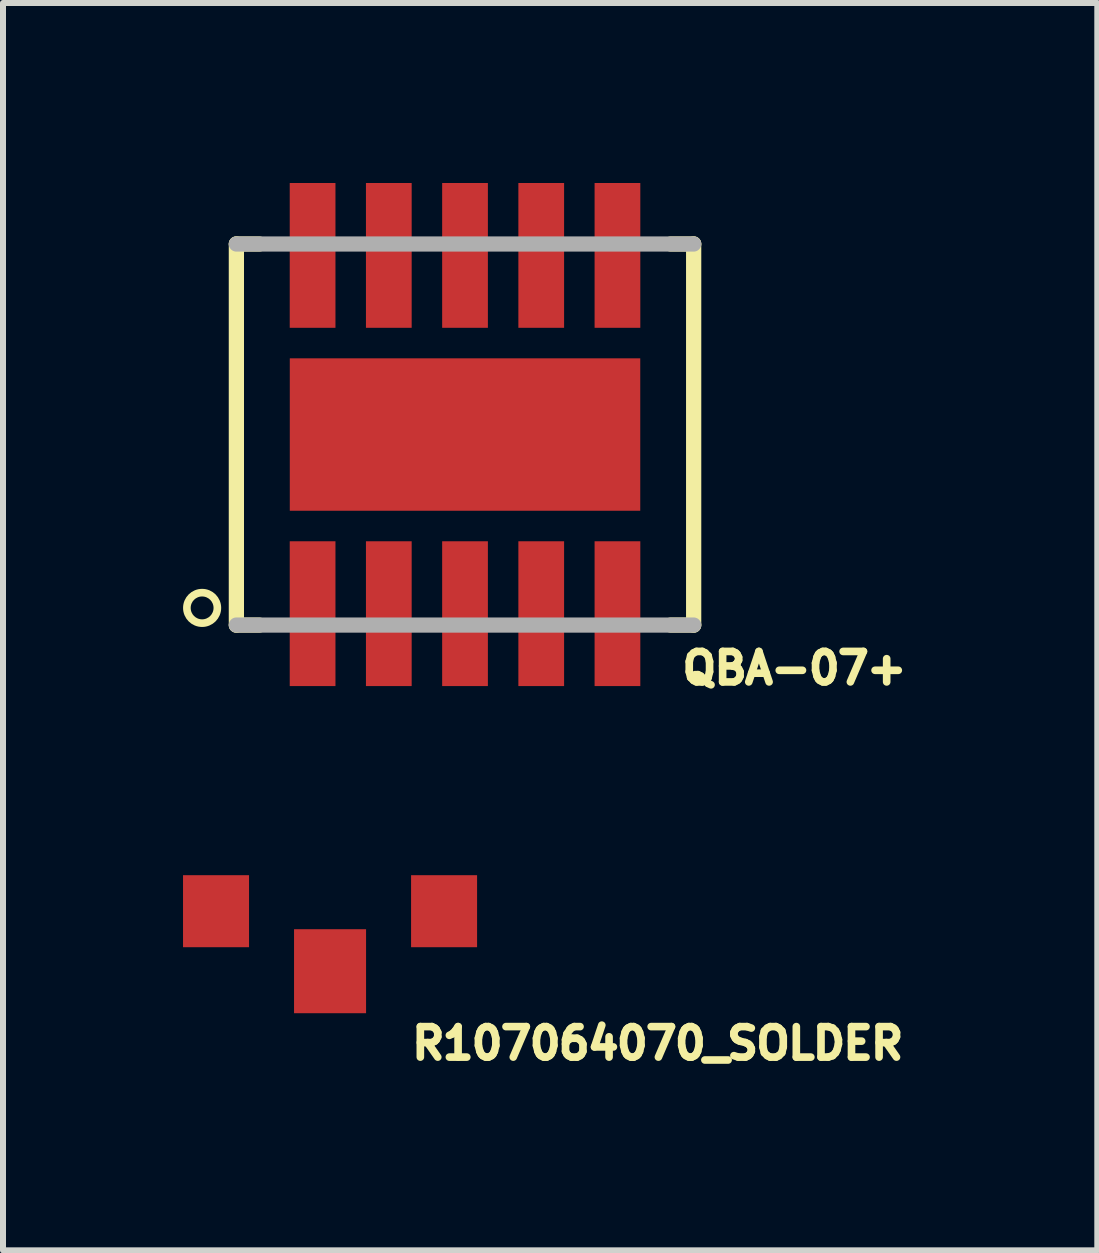
<source format=kicad_pcb>
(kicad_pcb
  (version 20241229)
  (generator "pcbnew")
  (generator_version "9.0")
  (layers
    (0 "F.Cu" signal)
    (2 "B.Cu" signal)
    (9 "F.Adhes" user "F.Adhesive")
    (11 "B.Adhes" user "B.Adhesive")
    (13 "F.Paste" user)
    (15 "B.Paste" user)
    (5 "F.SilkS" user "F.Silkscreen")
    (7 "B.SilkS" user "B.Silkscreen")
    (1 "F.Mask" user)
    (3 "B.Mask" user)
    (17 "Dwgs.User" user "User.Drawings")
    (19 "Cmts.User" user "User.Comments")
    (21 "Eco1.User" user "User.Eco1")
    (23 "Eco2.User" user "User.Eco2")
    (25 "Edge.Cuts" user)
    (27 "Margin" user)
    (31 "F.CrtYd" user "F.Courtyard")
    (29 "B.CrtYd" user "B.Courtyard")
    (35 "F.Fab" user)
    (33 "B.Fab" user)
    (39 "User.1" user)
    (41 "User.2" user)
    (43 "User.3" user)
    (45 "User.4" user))
  (footprint "QBA-07+"
    (layer "F.Cu")
    (at 4.699 4.191)
    (property "Reference" "QBA-07+" (at 3.556 4.191 0) (unlocked yes) (layer "F.SilkS") (effects (font (size 0.508 0.508) (thickness 0.127)) (justify left bottom)))
    (fp_line (start -3.81 -3.175) (end -3.81 3.175) (stroke (width 0.254) (type solid)) (layer "F.SilkS"))
    (fp_line (start -3.81 3.175) (end -3.429 3.175) (stroke (width 0.254) (type solid)) (layer "F.SilkS"))
    (fp_line (start -3.429 -3.175) (end -3.81 -3.175) (stroke (width 0.254) (type solid)) (layer "F.SilkS"))
    (fp_line (start 3.429 -3.175) (end 3.81 -3.175) (stroke (width 0.254) (type solid)) (layer "F.SilkS"))
    (fp_line (start 3.81 -3.175) (end 3.81 3.175) (stroke (width 0.254) (type solid)) (layer "F.SilkS"))
    (fp_line (start 3.81 3.175) (end 3.429 3.175) (stroke (width 0.254) (type solid)) (layer "F.SilkS"))
    (fp_circle (center -4.381 2.889) (end -4.127 2.889) (stroke (width 0.127) (type solid)) (fill no) (layer "F.SilkS"))
    (fp_line (start -3.81 -3.175) (end 3.81 -3.175) (stroke (width 0.254) (type solid)) (layer "F.Fab"))
    (fp_line (start 3.81 3.175) (end -3.81 3.175) (stroke (width 0.254) (type solid)) (layer "F.Fab"))
    (pad "1" smd rect (at -2.54 2.985) (size 0.762 2.413) (layers "F.Cu" "F.Mask" "F.Paste"))
    (pad "2" smd rect (at -1.27 2.985) (size 0.762 2.413) (layers "F.Cu" "F.Mask" "F.Paste"))
    (pad "3" smd rect (at 0 2.985) (size 0.762 2.413) (layers "F.Cu" "F.Mask" "F.Paste"))
    (pad "4" smd rect (at 1.27 2.985) (size 0.762 2.413) (layers "F.Cu" "F.Mask" "F.Paste"))
    (pad "5" smd rect (at 2.54 2.985) (size 0.762 2.413) (layers "F.Cu" "F.Mask" "F.Paste"))
    (pad "6" smd rect (at 2.54 -2.985) (size 0.762 2.413) (layers "F.Cu" "F.Mask" "F.Paste"))
    (pad "7" smd rect (at 1.27 -2.985) (size 0.762 2.413) (layers "F.Cu" "F.Mask" "F.Paste"))
    (pad "8" smd rect (at 0 -2.985) (size 0.762 2.413) (layers "F.Cu" "F.Mask" "F.Paste"))
    (pad "9" smd rect (at -1.27 -2.985) (size 0.762 2.413) (layers "F.Cu" "F.Mask" "F.Paste"))
    (pad "10" smd rect (at -2.54 -2.985) (size 0.762 2.413) (layers "F.Cu" "F.Mask" "F.Paste"))
    (pad "GND-NO-PAD" smd rect (at 0 0) (size 5.84 2.54) (layers "F.Cu")))
  (footprint "R107064070_SOLDER"
    (layer "F.Cu")
    (at 2.45 12.134)
    (property "Reference" "R107064070_SOLDER" (at 1.3 2.5 0) (unlocked yes) (layer "F.SilkS") (effects (font (size 0.508 0.508) (thickness 0.127)) (justify left bottom)))
    (pad "P$1" smd rect (at 0 1) (size 1.2 1.4) (layers "F.Cu" "F.Mask" "F.Paste"))
    (pad "P$2" smd rect (at -1.9 0 90) (size 1.2 1.1) (layers "F.Cu" "F.Mask" "F.Paste"))
    (pad "P$3" smd rect (at 1.9 0 90) (size 1.2 1.1) (layers "F.Cu" "F.Mask" "F.Paste"))
    (zone (net_name "") (layer "F.Cu") (hatch edge 0.5) (connect_pads) (min_thickness 0.25) (filled_areas_thickness no) (keepout (tracks not_allowed) (vias not_allowed) (pads not_allowed) (copperpour not_allowed) (footprints allowed)) (placement (enabled no)) (fill) (polygon (pts (xy 1.1 12.434) (xy 3.8 12.434) (xy 3.8 11.534) (xy 1.1 11.534))))
    (zone (net_name "") (layer "F.Cu") (hatch edge 0.5) (connect_pads) (min_thickness 0.25) (filled_areas_thickness no) (keepout (tracks not_allowed) (vias not_allowed) (pads not_allowed) (copperpour not_allowed) (footprints allowed)) (placement (enabled no)) (fill) (polygon (pts (xy 1.1 13.384) (xy 1.85 13.384) (xy 1.85 12.434) (xy 1.1 12.434))))
    (zone (net_name "") (layer "F.Cu") (hatch edge 0.5) (connect_pads) (min_thickness 0.25) (filled_areas_thickness no) (keepout (tracks not_allowed) (vias not_allowed) (pads not_allowed) (copperpour not_allowed) (footprints allowed)) (placement (enabled no)) (fill) (polygon (pts (xy 1.65 14.234) (xy 1.85 14.234) (xy 1.85 13.384) (xy 1.65 13.384))))
    (zone (net_name "") (layer "F.Cu") (hatch edge 0.5) (connect_pads) (min_thickness 0.25) (filled_areas_thickness no) (keepout (tracks not_allowed) (vias not_allowed) (pads not_allowed) (copperpour not_allowed) (footprints allowed)) (placement (enabled no)) (fill) (polygon (pts (xy 3.05 13.384) (xy 3.8 13.384) (xy 3.8 12.434) (xy 3.05 12.434))))
    (zone (net_name "") (layer "F.Cu") (hatch edge 0.5) (connect_pads) (min_thickness 0.25) (filled_areas_thickness no) (keepout (tracks not_allowed) (vias not_allowed) (pads not_allowed) (copperpour not_allowed) (footprints allowed)) (placement (enabled no)) (fill) (polygon (pts (xy 3.05 14.234) (xy 3.25 14.234) (xy 3.25 13.384) (xy 3.05 13.384)))))
  (gr_rect
    (start -3 -3)
    (end 15.235 17.785)
    (stroke (width 0.1) (type default))
    (fill no)
    (layer "Edge.Cuts")))
</source>
